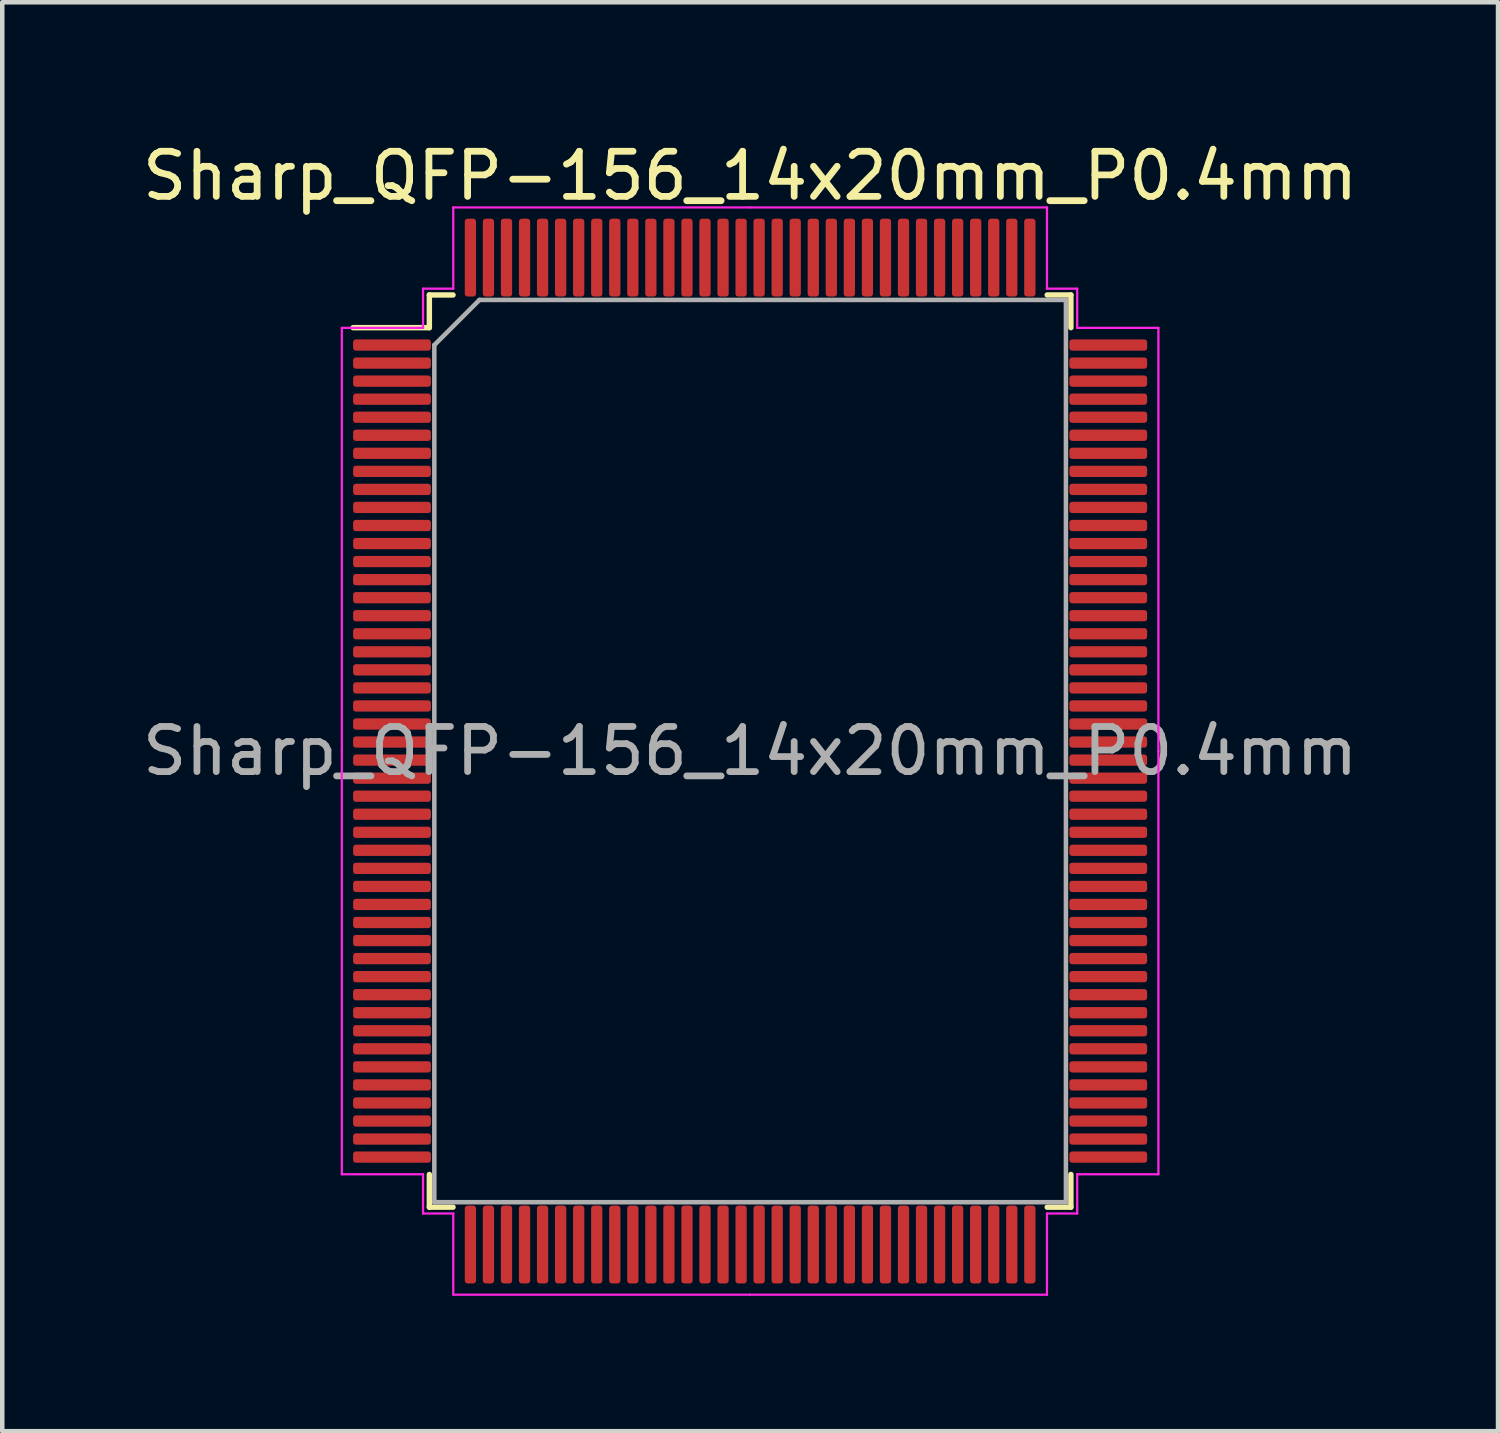
<source format=kicad_pcb>
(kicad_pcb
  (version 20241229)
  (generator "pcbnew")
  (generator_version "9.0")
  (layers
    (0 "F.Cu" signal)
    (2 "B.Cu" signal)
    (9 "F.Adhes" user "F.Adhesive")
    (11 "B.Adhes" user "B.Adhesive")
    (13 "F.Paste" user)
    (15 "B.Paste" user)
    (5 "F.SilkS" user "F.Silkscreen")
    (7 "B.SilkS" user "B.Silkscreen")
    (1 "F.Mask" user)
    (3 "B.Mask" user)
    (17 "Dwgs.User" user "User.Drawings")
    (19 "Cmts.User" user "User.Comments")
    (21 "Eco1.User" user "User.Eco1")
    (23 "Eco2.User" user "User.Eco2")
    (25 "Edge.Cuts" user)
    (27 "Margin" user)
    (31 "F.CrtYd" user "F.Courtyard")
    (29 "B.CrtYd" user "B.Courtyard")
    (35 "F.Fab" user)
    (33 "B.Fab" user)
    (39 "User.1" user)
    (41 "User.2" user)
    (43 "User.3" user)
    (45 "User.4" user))
  (footprint "Sharp_QFP-156_14x20mm_P0.4mm"
    (layer "F.Cu")
    (at 13.577 13.598)
    (property "Reference" "Sharp_QFP-156_14x20mm_P0.4mm" (at 0 -12.75 0) (layer "F.SilkS") (effects (font (size 1 1) (thickness 0.15))))
    (attr smd)
    (fp_line (start -7.11 -10.11) (end -7.11 -9.385) (stroke (width 0.12) (type solid)) (layer "F.SilkS"))
    (fp_line (start -7.11 -9.385) (end -8.8 -9.385) (stroke (width 0.12) (type solid)) (layer "F.SilkS"))
    (fp_line (start -7.11 10.11) (end -7.11 9.385) (stroke (width 0.12) (type solid)) (layer "F.SilkS"))
    (fp_line (start -6.585 -10.11) (end -7.11 -10.11) (stroke (width 0.12) (type solid)) (layer "F.SilkS"))
    (fp_line (start -6.585 10.11) (end -7.11 10.11) (stroke (width 0.12) (type solid)) (layer "F.SilkS"))
    (fp_line (start 6.585 -10.11) (end 7.11 -10.11) (stroke (width 0.12) (type solid)) (layer "F.SilkS"))
    (fp_line (start 6.585 10.11) (end 7.11 10.11) (stroke (width 0.12) (type solid)) (layer "F.SilkS"))
    (fp_line (start 7.11 -10.11) (end 7.11 -9.385) (stroke (width 0.12) (type solid)) (layer "F.SilkS"))
    (fp_line (start 7.11 10.11) (end 7.11 9.385) (stroke (width 0.12) (type solid)) (layer "F.SilkS"))
    (fp_line (start -9.05 -9.38) (end -9.05 0) (stroke (width 0.05) (type solid)) (layer "F.CrtYd"))
    (fp_line (start -9.05 9.38) (end -9.05 0) (stroke (width 0.05) (type solid)) (layer "F.CrtYd"))
    (fp_line (start -7.25 -10.25) (end -7.25 -9.38) (stroke (width 0.05) (type solid)) (layer "F.CrtYd"))
    (fp_line (start -7.25 -9.38) (end -9.05 -9.38) (stroke (width 0.05) (type solid)) (layer "F.CrtYd"))
    (fp_line (start -7.25 9.38) (end -9.05 9.38) (stroke (width 0.05) (type solid)) (layer "F.CrtYd"))
    (fp_line (start -7.25 10.25) (end -7.25 9.38) (stroke (width 0.05) (type solid)) (layer "F.CrtYd"))
    (fp_line (start -6.58 -12.05) (end -6.58 -10.25) (stroke (width 0.05) (type solid)) (layer "F.CrtYd"))
    (fp_line (start -6.58 -10.25) (end -7.25 -10.25) (stroke (width 0.05) (type solid)) (layer "F.CrtYd"))
    (fp_line (start -6.58 10.25) (end -7.25 10.25) (stroke (width 0.05) (type solid)) (layer "F.CrtYd"))
    (fp_line (start -6.58 12.05) (end -6.58 10.25) (stroke (width 0.05) (type solid)) (layer "F.CrtYd"))
    (fp_line (start 0 -12.05) (end -6.58 -12.05) (stroke (width 0.05) (type solid)) (layer "F.CrtYd"))
    (fp_line (start 0 -12.05) (end 6.58 -12.05) (stroke (width 0.05) (type solid)) (layer "F.CrtYd"))
    (fp_line (start 0 12.05) (end -6.58 12.05) (stroke (width 0.05) (type solid)) (layer "F.CrtYd"))
    (fp_line (start 0 12.05) (end 6.58 12.05) (stroke (width 0.05) (type solid)) (layer "F.CrtYd"))
    (fp_line (start 6.58 -12.05) (end 6.58 -10.25) (stroke (width 0.05) (type solid)) (layer "F.CrtYd"))
    (fp_line (start 6.58 -10.25) (end 7.25 -10.25) (stroke (width 0.05) (type solid)) (layer "F.CrtYd"))
    (fp_line (start 6.58 10.25) (end 7.25 10.25) (stroke (width 0.05) (type solid)) (layer "F.CrtYd"))
    (fp_line (start 6.58 12.05) (end 6.58 10.25) (stroke (width 0.05) (type solid)) (layer "F.CrtYd"))
    (fp_line (start 7.25 -10.25) (end 7.25 -9.38) (stroke (width 0.05) (type solid)) (layer "F.CrtYd"))
    (fp_line (start 7.25 -9.38) (end 9.05 -9.38) (stroke (width 0.05) (type solid)) (layer "F.CrtYd"))
    (fp_line (start 7.25 9.38) (end 9.05 9.38) (stroke (width 0.05) (type solid)) (layer "F.CrtYd"))
    (fp_line (start 7.25 10.25) (end 7.25 9.38) (stroke (width 0.05) (type solid)) (layer "F.CrtYd"))
    (fp_line (start 9.05 -9.38) (end 9.05 0) (stroke (width 0.05) (type solid)) (layer "F.CrtYd"))
    (fp_line (start 9.05 9.38) (end 9.05 0) (stroke (width 0.05) (type solid)) (layer "F.CrtYd"))
    (fp_line (start -7 -9) (end -6 -10) (stroke (width 0.1) (type solid)) (layer "F.Fab"))
    (fp_line (start -7 10) (end -7 -9) (stroke (width 0.1) (type solid)) (layer "F.Fab"))
    (fp_line (start -6 -10) (end 7 -10) (stroke (width 0.1) (type solid)) (layer "F.Fab"))
    (fp_line (start 7 -10) (end 7 10) (stroke (width 0.1) (type solid)) (layer "F.Fab"))
    (fp_line (start 7 10) (end -7 10) (stroke (width 0.1) (type solid)) (layer "F.Fab"))
    (fp_text user "${REFERENCE}" (at 0 0 0) (layer "F.Fab") (effects (font (size 1 1) (thickness 0.15))))
    (pad "1" smd roundrect (at -7.938 -9) (size 1.725 0.25) (layers "F.Cu" "F.Mask" "F.Paste") (roundrect_rratio 0.25))
    (pad "2" smd roundrect (at -7.938 -8.6) (size 1.725 0.25) (layers "F.Cu" "F.Mask" "F.Paste") (roundrect_rratio 0.25))
    (pad "3" smd roundrect (at -7.938 -8.2) (size 1.725 0.25) (layers "F.Cu" "F.Mask" "F.Paste") (roundrect_rratio 0.25))
    (pad "4" smd roundrect (at -7.938 -7.8) (size 1.725 0.25) (layers "F.Cu" "F.Mask" "F.Paste") (roundrect_rratio 0.25))
    (pad "5" smd roundrect (at -7.938 -7.4) (size 1.725 0.25) (layers "F.Cu" "F.Mask" "F.Paste") (roundrect_rratio 0.25))
    (pad "6" smd roundrect (at -7.938 -7) (size 1.725 0.25) (layers "F.Cu" "F.Mask" "F.Paste") (roundrect_rratio 0.25))
    (pad "7" smd roundrect (at -7.938 -6.6) (size 1.725 0.25) (layers "F.Cu" "F.Mask" "F.Paste") (roundrect_rratio 0.25))
    (pad "8" smd roundrect (at -7.938 -6.2) (size 1.725 0.25) (layers "F.Cu" "F.Mask" "F.Paste") (roundrect_rratio 0.25))
    (pad "9" smd roundrect (at -7.938 -5.8) (size 1.725 0.25) (layers "F.Cu" "F.Mask" "F.Paste") (roundrect_rratio 0.25))
    (pad "10" smd roundrect (at -7.938 -5.4) (size 1.725 0.25) (layers "F.Cu" "F.Mask" "F.Paste") (roundrect_rratio 0.25))
    (pad "11" smd roundrect (at -7.938 -5) (size 1.725 0.25) (layers "F.Cu" "F.Mask" "F.Paste") (roundrect_rratio 0.25))
    (pad "12" smd roundrect (at -7.938 -4.6) (size 1.725 0.25) (layers "F.Cu" "F.Mask" "F.Paste") (roundrect_rratio 0.25))
    (pad "13" smd roundrect (at -7.938 -4.2) (size 1.725 0.25) (layers "F.Cu" "F.Mask" "F.Paste") (roundrect_rratio 0.25))
    (pad "14" smd roundrect (at -7.938 -3.8) (size 1.725 0.25) (layers "F.Cu" "F.Mask" "F.Paste") (roundrect_rratio 0.25))
    (pad "15" smd roundrect (at -7.938 -3.4) (size 1.725 0.25) (layers "F.Cu" "F.Mask" "F.Paste") (roundrect_rratio 0.25))
    (pad "16" smd roundrect (at -7.938 -3) (size 1.725 0.25) (layers "F.Cu" "F.Mask" "F.Paste") (roundrect_rratio 0.25))
    (pad "17" smd roundrect (at -7.938 -2.6) (size 1.725 0.25) (layers "F.Cu" "F.Mask" "F.Paste") (roundrect_rratio 0.25))
    (pad "18" smd roundrect (at -7.938 -2.2) (size 1.725 0.25) (layers "F.Cu" "F.Mask" "F.Paste") (roundrect_rratio 0.25))
    (pad "19" smd roundrect (at -7.938 -1.8) (size 1.725 0.25) (layers "F.Cu" "F.Mask" "F.Paste") (roundrect_rratio 0.25))
    (pad "20" smd roundrect (at -7.938 -1.4) (size 1.725 0.25) (layers "F.Cu" "F.Mask" "F.Paste") (roundrect_rratio 0.25))
    (pad "21" smd roundrect (at -7.938 -1) (size 1.725 0.25) (layers "F.Cu" "F.Mask" "F.Paste") (roundrect_rratio 0.25))
    (pad "22" smd roundrect (at -7.938 -0.6) (size 1.725 0.25) (layers "F.Cu" "F.Mask" "F.Paste") (roundrect_rratio 0.25))
    (pad "23" smd roundrect (at -7.938 -0.2) (size 1.725 0.25) (layers "F.Cu" "F.Mask" "F.Paste") (roundrect_rratio 0.25))
    (pad "24" smd roundrect (at -7.938 0.2) (size 1.725 0.25) (layers "F.Cu" "F.Mask" "F.Paste") (roundrect_rratio 0.25))
    (pad "25" smd roundrect (at -7.938 0.6) (size 1.725 0.25) (layers "F.Cu" "F.Mask" "F.Paste") (roundrect_rratio 0.25))
    (pad "26" smd roundrect (at -7.938 1) (size 1.725 0.25) (layers "F.Cu" "F.Mask" "F.Paste") (roundrect_rratio 0.25))
    (pad "27" smd roundrect (at -7.938 1.4) (size 1.725 0.25) (layers "F.Cu" "F.Mask" "F.Paste") (roundrect_rratio 0.25))
    (pad "28" smd roundrect (at -7.938 1.8) (size 1.725 0.25) (layers "F.Cu" "F.Mask" "F.Paste") (roundrect_rratio 0.25))
    (pad "29" smd roundrect (at -7.938 2.2) (size 1.725 0.25) (layers "F.Cu" "F.Mask" "F.Paste") (roundrect_rratio 0.25))
    (pad "30" smd roundrect (at -7.938 2.6) (size 1.725 0.25) (layers "F.Cu" "F.Mask" "F.Paste") (roundrect_rratio 0.25))
    (pad "31" smd roundrect (at -7.938 3) (size 1.725 0.25) (layers "F.Cu" "F.Mask" "F.Paste") (roundrect_rratio 0.25))
    (pad "32" smd roundrect (at -7.938 3.4) (size 1.725 0.25) (layers "F.Cu" "F.Mask" "F.Paste") (roundrect_rratio 0.25))
    (pad "33" smd roundrect (at -7.938 3.8) (size 1.725 0.25) (layers "F.Cu" "F.Mask" "F.Paste") (roundrect_rratio 0.25))
    (pad "34" smd roundrect (at -7.938 4.2) (size 1.725 0.25) (layers "F.Cu" "F.Mask" "F.Paste") (roundrect_rratio 0.25))
    (pad "35" smd roundrect (at -7.938 4.6) (size 1.725 0.25) (layers "F.Cu" "F.Mask" "F.Paste") (roundrect_rratio 0.25))
    (pad "36" smd roundrect (at -7.938 5) (size 1.725 0.25) (layers "F.Cu" "F.Mask" "F.Paste") (roundrect_rratio 0.25))
    (pad "37" smd roundrect (at -7.938 5.4) (size 1.725 0.25) (layers "F.Cu" "F.Mask" "F.Paste") (roundrect_rratio 0.25))
    (pad "38" smd roundrect (at -7.938 5.8) (size 1.725 0.25) (layers "F.Cu" "F.Mask" "F.Paste") (roundrect_rratio 0.25))
    (pad "39" smd roundrect (at -7.938 6.2) (size 1.725 0.25) (layers "F.Cu" "F.Mask" "F.Paste") (roundrect_rratio 0.25))
    (pad "40" smd roundrect (at -7.938 6.6) (size 1.725 0.25) (layers "F.Cu" "F.Mask" "F.Paste") (roundrect_rratio 0.25))
    (pad "41" smd roundrect (at -7.938 7) (size 1.725 0.25) (layers "F.Cu" "F.Mask" "F.Paste") (roundrect_rratio 0.25))
    (pad "42" smd roundrect (at -7.938 7.4) (size 1.725 0.25) (layers "F.Cu" "F.Mask" "F.Paste") (roundrect_rratio 0.25))
    (pad "43" smd roundrect (at -7.938 7.8) (size 1.725 0.25) (layers "F.Cu" "F.Mask" "F.Paste") (roundrect_rratio 0.25))
    (pad "44" smd roundrect (at -7.938 8.2) (size 1.725 0.25) (layers "F.Cu" "F.Mask" "F.Paste") (roundrect_rratio 0.25))
    (pad "45" smd roundrect (at -7.938 8.6) (size 1.725 0.25) (layers "F.Cu" "F.Mask" "F.Paste") (roundrect_rratio 0.25))
    (pad "46" smd roundrect (at -7.938 9) (size 1.725 0.25) (layers "F.Cu" "F.Mask" "F.Paste") (roundrect_rratio 0.25))
    (pad "47" smd roundrect (at -6.2 10.938) (size 0.25 1.725) (layers "F.Cu" "F.Mask" "F.Paste") (roundrect_rratio 0.25))
    (pad "48" smd roundrect (at -5.8 10.938) (size 0.25 1.725) (layers "F.Cu" "F.Mask" "F.Paste") (roundrect_rratio 0.25))
    (pad "49" smd roundrect (at -5.4 10.938) (size 0.25 1.725) (layers "F.Cu" "F.Mask" "F.Paste") (roundrect_rratio 0.25))
    (pad "50" smd roundrect (at -5 10.938) (size 0.25 1.725) (layers "F.Cu" "F.Mask" "F.Paste") (roundrect_rratio 0.25))
    (pad "51" smd roundrect (at -4.6 10.938) (size 0.25 1.725) (layers "F.Cu" "F.Mask" "F.Paste") (roundrect_rratio 0.25))
    (pad "52" smd roundrect (at -4.2 10.938) (size 0.25 1.725) (layers "F.Cu" "F.Mask" "F.Paste") (roundrect_rratio 0.25))
    (pad "53" smd roundrect (at -3.8 10.938) (size 0.25 1.725) (layers "F.Cu" "F.Mask" "F.Paste") (roundrect_rratio 0.25))
    (pad "54" smd roundrect (at -3.4 10.938) (size 0.25 1.725) (layers "F.Cu" "F.Mask" "F.Paste") (roundrect_rratio 0.25))
    (pad "55" smd roundrect (at -3 10.938) (size 0.25 1.725) (layers "F.Cu" "F.Mask" "F.Paste") (roundrect_rratio 0.25))
    (pad "56" smd roundrect (at -2.6 10.938) (size 0.25 1.725) (layers "F.Cu" "F.Mask" "F.Paste") (roundrect_rratio 0.25))
    (pad "57" smd roundrect (at -2.2 10.938) (size 0.25 1.725) (layers "F.Cu" "F.Mask" "F.Paste") (roundrect_rratio 0.25))
    (pad "58" smd roundrect (at -1.8 10.938) (size 0.25 1.725) (layers "F.Cu" "F.Mask" "F.Paste") (roundrect_rratio 0.25))
    (pad "59" smd roundrect (at -1.4 10.938) (size 0.25 1.725) (layers "F.Cu" "F.Mask" "F.Paste") (roundrect_rratio 0.25))
    (pad "60" smd roundrect (at -1 10.938) (size 0.25 1.725) (layers "F.Cu" "F.Mask" "F.Paste") (roundrect_rratio 0.25))
    (pad "61" smd roundrect (at -0.6 10.938) (size 0.25 1.725) (layers "F.Cu" "F.Mask" "F.Paste") (roundrect_rratio 0.25))
    (pad "62" smd roundrect (at -0.2 10.938) (size 0.25 1.725) (layers "F.Cu" "F.Mask" "F.Paste") (roundrect_rratio 0.25))
    (pad "63" smd roundrect (at 0.2 10.938) (size 0.25 1.725) (layers "F.Cu" "F.Mask" "F.Paste") (roundrect_rratio 0.25))
    (pad "64" smd roundrect (at 0.6 10.938) (size 0.25 1.725) (layers "F.Cu" "F.Mask" "F.Paste") (roundrect_rratio 0.25))
    (pad "65" smd roundrect (at 1 10.938) (size 0.25 1.725) (layers "F.Cu" "F.Mask" "F.Paste") (roundrect_rratio 0.25))
    (pad "66" smd roundrect (at 1.4 10.938) (size 0.25 1.725) (layers "F.Cu" "F.Mask" "F.Paste") (roundrect_rratio 0.25))
    (pad "67" smd roundrect (at 1.8 10.938) (size 0.25 1.725) (layers "F.Cu" "F.Mask" "F.Paste") (roundrect_rratio 0.25))
    (pad "68" smd roundrect (at 2.2 10.938) (size 0.25 1.725) (layers "F.Cu" "F.Mask" "F.Paste") (roundrect_rratio 0.25))
    (pad "69" smd roundrect (at 2.6 10.938) (size 0.25 1.725) (layers "F.Cu" "F.Mask" "F.Paste") (roundrect_rratio 0.25))
    (pad "70" smd roundrect (at 3 10.938) (size 0.25 1.725) (layers "F.Cu" "F.Mask" "F.Paste") (roundrect_rratio 0.25))
    (pad "71" smd roundrect (at 3.4 10.938) (size 0.25 1.725) (layers "F.Cu" "F.Mask" "F.Paste") (roundrect_rratio 0.25))
    (pad "72" smd roundrect (at 3.8 10.938) (size 0.25 1.725) (layers "F.Cu" "F.Mask" "F.Paste") (roundrect_rratio 0.25))
    (pad "73" smd roundrect (at 4.2 10.938) (size 0.25 1.725) (layers "F.Cu" "F.Mask" "F.Paste") (roundrect_rratio 0.25))
    (pad "74" smd roundrect (at 4.6 10.938) (size 0.25 1.725) (layers "F.Cu" "F.Mask" "F.Paste") (roundrect_rratio 0.25))
    (pad "75" smd roundrect (at 5 10.938) (size 0.25 1.725) (layers "F.Cu" "F.Mask" "F.Paste") (roundrect_rratio 0.25))
    (pad "76" smd roundrect (at 5.4 10.938) (size 0.25 1.725) (layers "F.Cu" "F.Mask" "F.Paste") (roundrect_rratio 0.25))
    (pad "77" smd roundrect (at 5.8 10.938) (size 0.25 1.725) (layers "F.Cu" "F.Mask" "F.Paste") (roundrect_rratio 0.25))
    (pad "78" smd roundrect (at 6.2 10.938) (size 0.25 1.725) (layers "F.Cu" "F.Mask" "F.Paste") (roundrect_rratio 0.25))
    (pad "79" smd roundrect (at 7.938 9) (size 1.725 0.25) (layers "F.Cu" "F.Mask" "F.Paste") (roundrect_rratio 0.25))
    (pad "80" smd roundrect (at 7.938 8.6) (size 1.725 0.25) (layers "F.Cu" "F.Mask" "F.Paste") (roundrect_rratio 0.25))
    (pad "81" smd roundrect (at 7.938 8.2) (size 1.725 0.25) (layers "F.Cu" "F.Mask" "F.Paste") (roundrect_rratio 0.25))
    (pad "82" smd roundrect (at 7.938 7.8) (size 1.725 0.25) (layers "F.Cu" "F.Mask" "F.Paste") (roundrect_rratio 0.25))
    (pad "83" smd roundrect (at 7.938 7.4) (size 1.725 0.25) (layers "F.Cu" "F.Mask" "F.Paste") (roundrect_rratio 0.25))
    (pad "84" smd roundrect (at 7.938 7) (size 1.725 0.25) (layers "F.Cu" "F.Mask" "F.Paste") (roundrect_rratio 0.25))
    (pad "85" smd roundrect (at 7.938 6.6) (size 1.725 0.25) (layers "F.Cu" "F.Mask" "F.Paste") (roundrect_rratio 0.25))
    (pad "86" smd roundrect (at 7.938 6.2) (size 1.725 0.25) (layers "F.Cu" "F.Mask" "F.Paste") (roundrect_rratio 0.25))
    (pad "87" smd roundrect (at 7.938 5.8) (size 1.725 0.25) (layers "F.Cu" "F.Mask" "F.Paste") (roundrect_rratio 0.25))
    (pad "88" smd roundrect (at 7.938 5.4) (size 1.725 0.25) (layers "F.Cu" "F.Mask" "F.Paste") (roundrect_rratio 0.25))
    (pad "89" smd roundrect (at 7.938 5) (size 1.725 0.25) (layers "F.Cu" "F.Mask" "F.Paste") (roundrect_rratio 0.25))
    (pad "90" smd roundrect (at 7.938 4.6) (size 1.725 0.25) (layers "F.Cu" "F.Mask" "F.Paste") (roundrect_rratio 0.25))
    (pad "91" smd roundrect (at 7.938 4.2) (size 1.725 0.25) (layers "F.Cu" "F.Mask" "F.Paste") (roundrect_rratio 0.25))
    (pad "92" smd roundrect (at 7.938 3.8) (size 1.725 0.25) (layers "F.Cu" "F.Mask" "F.Paste") (roundrect_rratio 0.25))
    (pad "93" smd roundrect (at 7.938 3.4) (size 1.725 0.25) (layers "F.Cu" "F.Mask" "F.Paste") (roundrect_rratio 0.25))
    (pad "94" smd roundrect (at 7.938 3) (size 1.725 0.25) (layers "F.Cu" "F.Mask" "F.Paste") (roundrect_rratio 0.25))
    (pad "95" smd roundrect (at 7.938 2.6) (size 1.725 0.25) (layers "F.Cu" "F.Mask" "F.Paste") (roundrect_rratio 0.25))
    (pad "96" smd roundrect (at 7.938 2.2) (size 1.725 0.25) (layers "F.Cu" "F.Mask" "F.Paste") (roundrect_rratio 0.25))
    (pad "97" smd roundrect (at 7.938 1.8) (size 1.725 0.25) (layers "F.Cu" "F.Mask" "F.Paste") (roundrect_rratio 0.25))
    (pad "98" smd roundrect (at 7.938 1.4) (size 1.725 0.25) (layers "F.Cu" "F.Mask" "F.Paste") (roundrect_rratio 0.25))
    (pad "99" smd roundrect (at 7.938 1) (size 1.725 0.25) (layers "F.Cu" "F.Mask" "F.Paste") (roundrect_rratio 0.25))
    (pad "100" smd roundrect (at 7.938 0.6) (size 1.725 0.25) (layers "F.Cu" "F.Mask" "F.Paste") (roundrect_rratio 0.25))
    (pad "101" smd roundrect (at 7.938 0.2) (size 1.725 0.25) (layers "F.Cu" "F.Mask" "F.Paste") (roundrect_rratio 0.25))
    (pad "102" smd roundrect (at 7.938 -0.2) (size 1.725 0.25) (layers "F.Cu" "F.Mask" "F.Paste") (roundrect_rratio 0.25))
    (pad "103" smd roundrect (at 7.938 -0.6) (size 1.725 0.25) (layers "F.Cu" "F.Mask" "F.Paste") (roundrect_rratio 0.25))
    (pad "104" smd roundrect (at 7.938 -1) (size 1.725 0.25) (layers "F.Cu" "F.Mask" "F.Paste") (roundrect_rratio 0.25))
    (pad "105" smd roundrect (at 7.938 -1.4) (size 1.725 0.25) (layers "F.Cu" "F.Mask" "F.Paste") (roundrect_rratio 0.25))
    (pad "106" smd roundrect (at 7.938 -1.8) (size 1.725 0.25) (layers "F.Cu" "F.Mask" "F.Paste") (roundrect_rratio 0.25))
    (pad "107" smd roundrect (at 7.938 -2.2) (size 1.725 0.25) (layers "F.Cu" "F.Mask" "F.Paste") (roundrect_rratio 0.25))
    (pad "108" smd roundrect (at 7.938 -2.6) (size 1.725 0.25) (layers "F.Cu" "F.Mask" "F.Paste") (roundrect_rratio 0.25))
    (pad "109" smd roundrect (at 7.938 -3) (size 1.725 0.25) (layers "F.Cu" "F.Mask" "F.Paste") (roundrect_rratio 0.25))
    (pad "110" smd roundrect (at 7.938 -3.4) (size 1.725 0.25) (layers "F.Cu" "F.Mask" "F.Paste") (roundrect_rratio 0.25))
    (pad "111" smd roundrect (at 7.938 -3.8) (size 1.725 0.25) (layers "F.Cu" "F.Mask" "F.Paste") (roundrect_rratio 0.25))
    (pad "112" smd roundrect (at 7.938 -4.2) (size 1.725 0.25) (layers "F.Cu" "F.Mask" "F.Paste") (roundrect_rratio 0.25))
    (pad "113" smd roundrect (at 7.938 -4.6) (size 1.725 0.25) (layers "F.Cu" "F.Mask" "F.Paste") (roundrect_rratio 0.25))
    (pad "114" smd roundrect (at 7.938 -5) (size 1.725 0.25) (layers "F.Cu" "F.Mask" "F.Paste") (roundrect_rratio 0.25))
    (pad "115" smd roundrect (at 7.938 -5.4) (size 1.725 0.25) (layers "F.Cu" "F.Mask" "F.Paste") (roundrect_rratio 0.25))
    (pad "116" smd roundrect (at 7.938 -5.8) (size 1.725 0.25) (layers "F.Cu" "F.Mask" "F.Paste") (roundrect_rratio 0.25))
    (pad "117" smd roundrect (at 7.938 -6.2) (size 1.725 0.25) (layers "F.Cu" "F.Mask" "F.Paste") (roundrect_rratio 0.25))
    (pad "118" smd roundrect (at 7.938 -6.6) (size 1.725 0.25) (layers "F.Cu" "F.Mask" "F.Paste") (roundrect_rratio 0.25))
    (pad "119" smd roundrect (at 7.938 -7) (size 1.725 0.25) (layers "F.Cu" "F.Mask" "F.Paste") (roundrect_rratio 0.25))
    (pad "120" smd roundrect (at 7.938 -7.4) (size 1.725 0.25) (layers "F.Cu" "F.Mask" "F.Paste") (roundrect_rratio 0.25))
    (pad "121" smd roundrect (at 7.938 -7.8) (size 1.725 0.25) (layers "F.Cu" "F.Mask" "F.Paste") (roundrect_rratio 0.25))
    (pad "122" smd roundrect (at 7.938 -8.2) (size 1.725 0.25) (layers "F.Cu" "F.Mask" "F.Paste") (roundrect_rratio 0.25))
    (pad "123" smd roundrect (at 7.938 -8.6) (size 1.725 0.25) (layers "F.Cu" "F.Mask" "F.Paste") (roundrect_rratio 0.25))
    (pad "124" smd roundrect (at 7.938 -9) (size 1.725 0.25) (layers "F.Cu" "F.Mask" "F.Paste") (roundrect_rratio 0.25))
    (pad "125" smd roundrect (at 6.2 -10.938) (size 0.25 1.725) (layers "F.Cu" "F.Mask" "F.Paste") (roundrect_rratio 0.25))
    (pad "126" smd roundrect (at 5.8 -10.938) (size 0.25 1.725) (layers "F.Cu" "F.Mask" "F.Paste") (roundrect_rratio 0.25))
    (pad "127" smd roundrect (at 5.4 -10.938) (size 0.25 1.725) (layers "F.Cu" "F.Mask" "F.Paste") (roundrect_rratio 0.25))
    (pad "128" smd roundrect (at 5 -10.938) (size 0.25 1.725) (layers "F.Cu" "F.Mask" "F.Paste") (roundrect_rratio 0.25))
    (pad "129" smd roundrect (at 4.6 -10.938) (size 0.25 1.725) (layers "F.Cu" "F.Mask" "F.Paste") (roundrect_rratio 0.25))
    (pad "130" smd roundrect (at 4.2 -10.938) (size 0.25 1.725) (layers "F.Cu" "F.Mask" "F.Paste") (roundrect_rratio 0.25))
    (pad "131" smd roundrect (at 3.8 -10.938) (size 0.25 1.725) (layers "F.Cu" "F.Mask" "F.Paste") (roundrect_rratio 0.25))
    (pad "132" smd roundrect (at 3.4 -10.938) (size 0.25 1.725) (layers "F.Cu" "F.Mask" "F.Paste") (roundrect_rratio 0.25))
    (pad "133" smd roundrect (at 3 -10.938) (size 0.25 1.725) (layers "F.Cu" "F.Mask" "F.Paste") (roundrect_rratio 0.25))
    (pad "134" smd roundrect (at 2.6 -10.938) (size 0.25 1.725) (layers "F.Cu" "F.Mask" "F.Paste") (roundrect_rratio 0.25))
    (pad "135" smd roundrect (at 2.2 -10.938) (size 0.25 1.725) (layers "F.Cu" "F.Mask" "F.Paste") (roundrect_rratio 0.25))
    (pad "136" smd roundrect (at 1.8 -10.938) (size 0.25 1.725) (layers "F.Cu" "F.Mask" "F.Paste") (roundrect_rratio 0.25))
    (pad "137" smd roundrect (at 1.4 -10.938) (size 0.25 1.725) (layers "F.Cu" "F.Mask" "F.Paste") (roundrect_rratio 0.25))
    (pad "138" smd roundrect (at 1 -10.938) (size 0.25 1.725) (layers "F.Cu" "F.Mask" "F.Paste") (roundrect_rratio 0.25))
    (pad "139" smd roundrect (at 0.6 -10.938) (size 0.25 1.725) (layers "F.Cu" "F.Mask" "F.Paste") (roundrect_rratio 0.25))
    (pad "140" smd roundrect (at 0.2 -10.938) (size 0.25 1.725) (layers "F.Cu" "F.Mask" "F.Paste") (roundrect_rratio 0.25))
    (pad "141" smd roundrect (at -0.2 -10.938) (size 0.25 1.725) (layers "F.Cu" "F.Mask" "F.Paste") (roundrect_rratio 0.25))
    (pad "142" smd roundrect (at -0.6 -10.938) (size 0.25 1.725) (layers "F.Cu" "F.Mask" "F.Paste") (roundrect_rratio 0.25))
    (pad "143" smd roundrect (at -1 -10.938) (size 0.25 1.725) (layers "F.Cu" "F.Mask" "F.Paste") (roundrect_rratio 0.25))
    (pad "144" smd roundrect (at -1.4 -10.938) (size 0.25 1.725) (layers "F.Cu" "F.Mask" "F.Paste") (roundrect_rratio 0.25))
    (pad "145" smd roundrect (at -1.8 -10.938) (size 0.25 1.725) (layers "F.Cu" "F.Mask" "F.Paste") (roundrect_rratio 0.25))
    (pad "146" smd roundrect (at -2.2 -10.938) (size 0.25 1.725) (layers "F.Cu" "F.Mask" "F.Paste") (roundrect_rratio 0.25))
    (pad "147" smd roundrect (at -2.6 -10.938) (size 0.25 1.725) (layers "F.Cu" "F.Mask" "F.Paste") (roundrect_rratio 0.25))
    (pad "148" smd roundrect (at -3 -10.938) (size 0.25 1.725) (layers "F.Cu" "F.Mask" "F.Paste") (roundrect_rratio 0.25))
    (pad "149" smd roundrect (at -3.4 -10.938) (size 0.25 1.725) (layers "F.Cu" "F.Mask" "F.Paste") (roundrect_rratio 0.25))
    (pad "150" smd roundrect (at -3.8 -10.938) (size 0.25 1.725) (layers "F.Cu" "F.Mask" "F.Paste") (roundrect_rratio 0.25))
    (pad "151" smd roundrect (at -4.2 -10.938) (size 0.25 1.725) (layers "F.Cu" "F.Mask" "F.Paste") (roundrect_rratio 0.25))
    (pad "152" smd roundrect (at -4.6 -10.938) (size 0.25 1.725) (layers "F.Cu" "F.Mask" "F.Paste") (roundrect_rratio 0.25))
    (pad "153" smd roundrect (at -5 -10.938) (size 0.25 1.725) (layers "F.Cu" "F.Mask" "F.Paste") (roundrect_rratio 0.25))
    (pad "154" smd roundrect (at -5.4 -10.938) (size 0.25 1.725) (layers "F.Cu" "F.Mask" "F.Paste") (roundrect_rratio 0.25))
    (pad "155" smd roundrect (at -5.8 -10.938) (size 0.25 1.725) (layers "F.Cu" "F.Mask" "F.Paste") (roundrect_rratio 0.25))
    (pad "156" smd roundrect (at -6.2 -10.938) (size 0.25 1.725) (layers "F.Cu" "F.Mask" "F.Paste") (roundrect_rratio 0.25)))
  (gr_rect
    (start -3 -3)
    (end 30.155 28.673)
    (stroke (width 0.1) (type default))
    (fill no)
    (layer "Edge.Cuts")))
</source>
